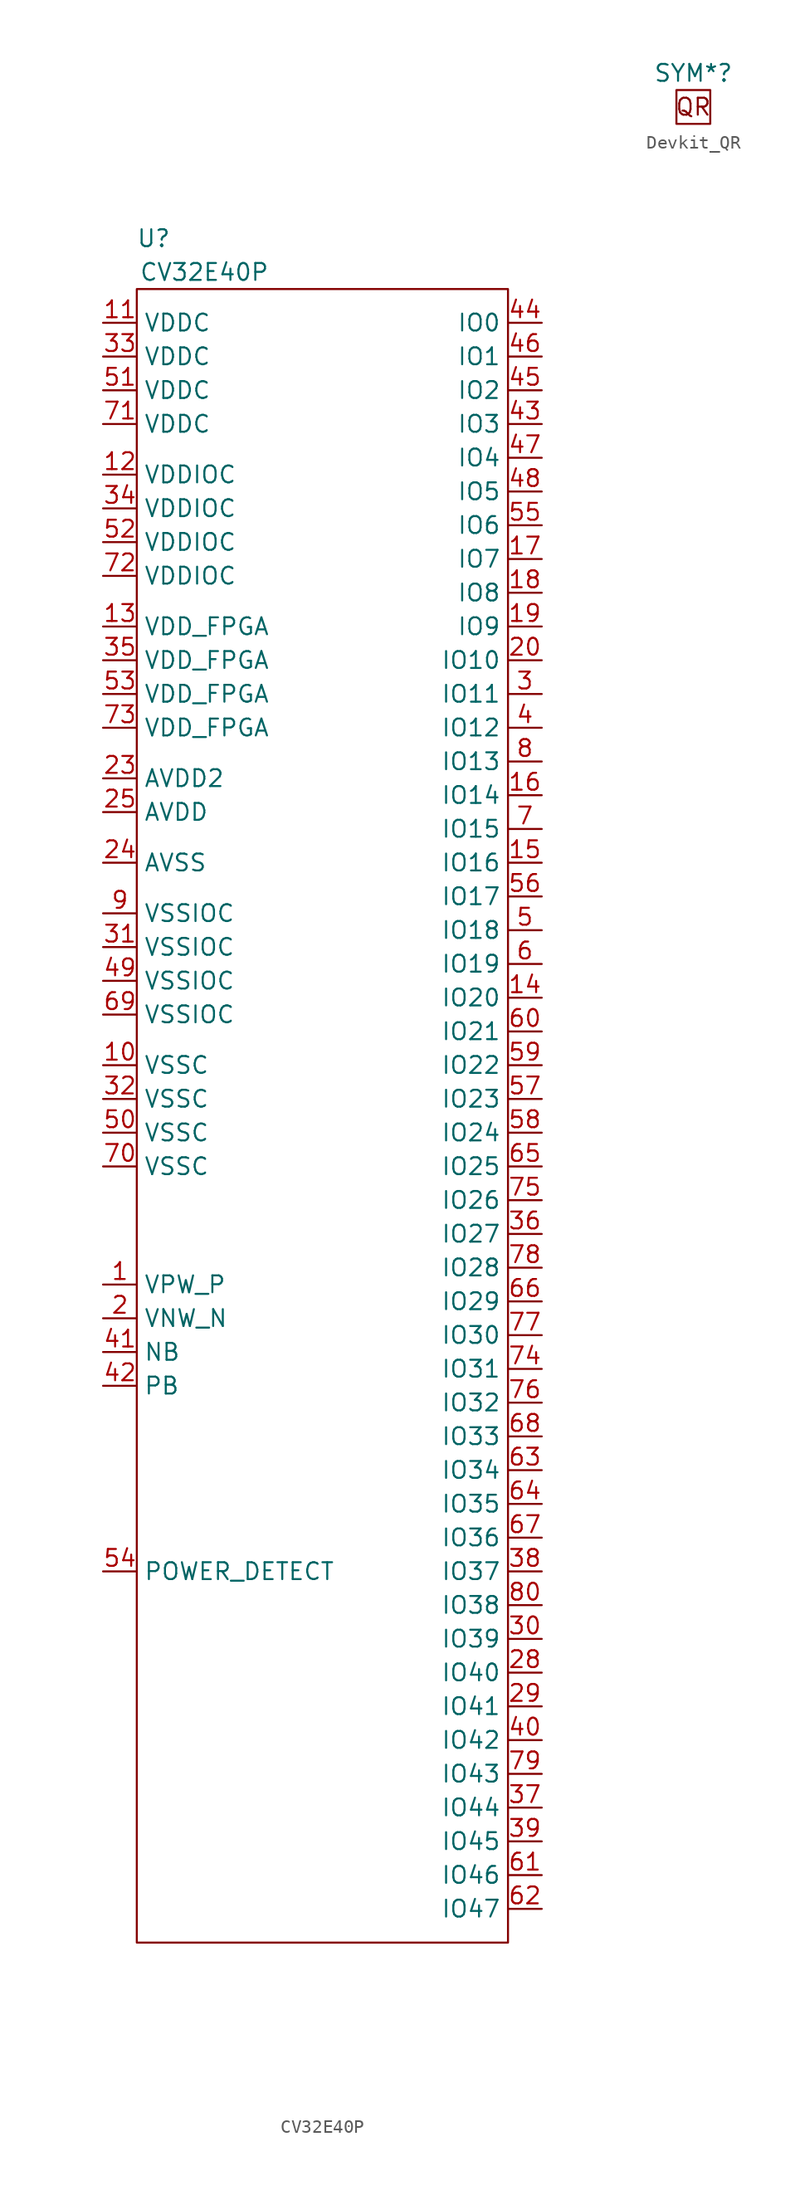
<source format=kicad_sym>
(kicad_symbol_lib
  (version 20220914)
  (generator kicad_symbol_editor)
  (symbol "CV32E40P"
    (property "Reference" "U"
      (at 1.27 6.35 0)
      (effects (font (size 1.27 1.27))))
    (property "Value" "CV32E40P"
      (at 5.08 3.81 0)
      (effects (font (size 1.27 1.27))))
    (symbol "CV32E40P_0_1"
      (rectangle (start 0 2.54) (end 27.94 -121.92) (stroke (width 0) (type default)) (fill (type none))))
    (symbol "CV32E40P_1_1"
      (pin input line (at -2.54 -72.39 0) (length 2.54) (name "VPW_P" (effects (font (size 1.27 1.27)))) (number "1" (effects (font (size 1.27 1.27)))))
      (pin power_in line (at -2.54 -55.88 0) (length 2.54) (name "VSSC" (effects (font (size 1.27 1.27)))) (number "10" (effects (font (size 1.27 1.27)))))
      (pin power_in line (at -2.54 0 0) (length 2.54) (name "VDDC" (effects (font (size 1.27 1.27)))) (number "11" (effects (font (size 1.27 1.27)))))
      (pin power_in line (at -2.54 -11.43 0) (length 2.54) (name "VDDIOC" (effects (font (size 1.27 1.27)))) (number "12" (effects (font (size 1.27 1.27)))))
      (pin power_in line (at -2.54 -22.86 0) (length 2.54) (name "VDD_FPGA" (effects (font (size 1.27 1.27)))) (number "13" (effects (font (size 1.27 1.27)))))
      (pin bidirectional line (at 30.48 -50.8 180) (length 2.54) (name "IO20" (effects (font (size 1.27 1.27)))) (number "14" (effects (font (size 1.27 1.27)))))
      (pin bidirectional line (at 30.48 -40.64 180) (length 2.54) (name "IO16" (effects (font (size 1.27 1.27)))) (number "15" (effects (font (size 1.27 1.27)))))
      (pin bidirectional line (at 30.48 -35.56 180) (length 2.54) (name "IO14" (effects (font (size 1.27 1.27)))) (number "16" (effects (font (size 1.27 1.27)))))
      (pin bidirectional line (at 30.48 -17.78 180) (length 2.54) (name "IO7" (effects (font (size 1.27 1.27)))) (number "17" (effects (font (size 1.27 1.27)))))
      (pin bidirectional line (at 30.48 -20.32 180) (length 2.54) (name "IO8" (effects (font (size 1.27 1.27)))) (number "18" (effects (font (size 1.27 1.27)))))
      (pin bidirectional line (at 30.48 -22.86 180) (length 2.54) (name "IO9" (effects (font (size 1.27 1.27)))) (number "19" (effects (font (size 1.27 1.27)))))
      (pin input line (at -2.54 -74.93 0) (length 2.54) (name "VNW_N" (effects (font (size 1.27 1.27)))) (number "2" (effects (font (size 1.27 1.27)))))
      (pin bidirectional line (at 30.48 -25.4 180) (length 2.54) (name "IO10" (effects (font (size 1.27 1.27)))) (number "20" (effects (font (size 1.27 1.27)))))
      (pin power_in line (at -2.54 -34.29 0) (length 2.54) (name "AVDD2" (effects (font (size 1.27 1.27)))) (number "23" (effects (font (size 1.27 1.27)))))
      (pin power_in line (at -2.54 -40.64 0) (length 2.54) (name "AVSS" (effects (font (size 1.27 1.27)))) (number "24" (effects (font (size 1.27 1.27)))))
      (pin power_in line (at -2.54 -36.83 0) (length 2.54) (name "AVDD" (effects (font (size 1.27 1.27)))) (number "25" (effects (font (size 1.27 1.27)))))
      (pin bidirectional line (at 30.48 -101.6 180) (length 2.54) (name "IO40" (effects (font (size 1.27 1.27)))) (number "28" (effects (font (size 1.27 1.27)))))
      (pin bidirectional line (at 30.48 -104.14 180) (length 2.54) (name "IO41" (effects (font (size 1.27 1.27)))) (number "29" (effects (font (size 1.27 1.27)))))
      (pin bidirectional line (at 30.48 -27.94 180) (length 2.54) (name "IO11" (effects (font (size 1.27 1.27)))) (number "3" (effects (font (size 1.27 1.27)))))
      (pin bidirectional line (at 30.48 -99.06 180) (length 2.54) (name "IO39" (effects (font (size 1.27 1.27)))) (number "30" (effects (font (size 1.27 1.27)))))
      (pin power_in line (at -2.54 -46.99 0) (length 2.54) (name "VSSIOC" (effects (font (size 1.27 1.27)))) (number "31" (effects (font (size 1.27 1.27)))))
      (pin power_in line (at -2.54 -58.42 0) (length 2.54) (name "VSSC" (effects (font (size 1.27 1.27)))) (number "32" (effects (font (size 1.27 1.27)))))
      (pin power_in line (at -2.54 -2.54 0) (length 2.54) (name "VDDC" (effects (font (size 1.27 1.27)))) (number "33" (effects (font (size 1.27 1.27)))))
      (pin power_in line (at -2.54 -13.97 0) (length 2.54) (name "VDDIOC" (effects (font (size 1.27 1.27)))) (number "34" (effects (font (size 1.27 1.27)))))
      (pin power_in line (at -2.54 -25.4 0) (length 2.54) (name "VDD_FPGA" (effects (font (size 1.27 1.27)))) (number "35" (effects (font (size 1.27 1.27)))))
      (pin bidirectional line (at 30.48 -68.58 180) (length 2.54) (name "IO27" (effects (font (size 1.27 1.27)))) (number "36" (effects (font (size 1.27 1.27)))))
      (pin bidirectional line (at 30.48 -111.76 180) (length 2.54) (name "IO44" (effects (font (size 1.27 1.27)))) (number "37" (effects (font (size 1.27 1.27)))))
      (pin bidirectional line (at 30.48 -93.98 180) (length 2.54) (name "IO37" (effects (font (size 1.27 1.27)))) (number "38" (effects (font (size 1.27 1.27)))))
      (pin bidirectional line (at 30.48 -114.3 180) (length 2.54) (name "IO45" (effects (font (size 1.27 1.27)))) (number "39" (effects (font (size 1.27 1.27)))))
      (pin bidirectional line (at 30.48 -30.48 180) (length 2.54) (name "IO12" (effects (font (size 1.27 1.27)))) (number "4" (effects (font (size 1.27 1.27)))))
      (pin bidirectional line (at 30.48 -106.68 180) (length 2.54) (name "IO42" (effects (font (size 1.27 1.27)))) (number "40" (effects (font (size 1.27 1.27)))))
      (pin input line (at -2.54 -77.47 0) (length 2.54) (name "NB" (effects (font (size 1.27 1.27)))) (number "41" (effects (font (size 1.27 1.27)))))
      (pin input line (at -2.54 -80.01 0) (length 2.54) (name "PB" (effects (font (size 1.27 1.27)))) (number "42" (effects (font (size 1.27 1.27)))))
      (pin bidirectional line (at 30.48 -7.62 180) (length 2.54) (name "IO3" (effects (font (size 1.27 1.27)))) (number "43" (effects (font (size 1.27 1.27)))))
      (pin bidirectional line (at 30.48 0 180) (length 2.54) (name "IO0" (effects (font (size 1.27 1.27)))) (number "44" (effects (font (size 1.27 1.27)))))
      (pin bidirectional line (at 30.48 -5.08 180) (length 2.54) (name "IO2" (effects (font (size 1.27 1.27)))) (number "45" (effects (font (size 1.27 1.27)))))
      (pin bidirectional line (at 30.48 -2.54 180) (length 2.54) (name "IO1" (effects (font (size 1.27 1.27)))) (number "46" (effects (font (size 1.27 1.27)))))
      (pin bidirectional line (at 30.48 -10.16 180) (length 2.54) (name "IO4" (effects (font (size 1.27 1.27)))) (number "47" (effects (font (size 1.27 1.27)))))
      (pin bidirectional line (at 30.48 -12.7 180) (length 2.54) (name "IO5" (effects (font (size 1.27 1.27)))) (number "48" (effects (font (size 1.27 1.27)))))
      (pin power_in line (at -2.54 -49.53 0) (length 2.54) (name "VSSIOC" (effects (font (size 1.27 1.27)))) (number "49" (effects (font (size 1.27 1.27)))))
      (pin bidirectional line (at 30.48 -45.72 180) (length 2.54) (name "IO18" (effects (font (size 1.27 1.27)))) (number "5" (effects (font (size 1.27 1.27)))))
      (pin power_in line (at -2.54 -60.96 0) (length 2.54) (name "VSSC" (effects (font (size 1.27 1.27)))) (number "50" (effects (font (size 1.27 1.27)))))
      (pin power_in line (at -2.54 -5.08 0) (length 2.54) (name "VDDC" (effects (font (size 1.27 1.27)))) (number "51" (effects (font (size 1.27 1.27)))))
      (pin power_in line (at -2.54 -16.51 0) (length 2.54) (name "VDDIOC" (effects (font (size 1.27 1.27)))) (number "52" (effects (font (size 1.27 1.27)))))
      (pin power_in line (at -2.54 -27.94 0) (length 2.54) (name "VDD_FPGA" (effects (font (size 1.27 1.27)))) (number "53" (effects (font (size 1.27 1.27)))))
      (pin output line (at -2.54 -93.98 0) (length 2.54) (name "POWER_DETECT" (effects (font (size 1.27 1.27)))) (number "54" (effects (font (size 1.27 1.27)))))
      (pin bidirectional line (at 30.48 -15.24 180) (length 2.54) (name "IO6" (effects (font (size 1.27 1.27)))) (number "55" (effects (font (size 1.27 1.27)))))
      (pin bidirectional line (at 30.48 -43.18 180) (length 2.54) (name "IO17" (effects (font (size 1.27 1.27)))) (number "56" (effects (font (size 1.27 1.27)))))
      (pin bidirectional line (at 30.48 -58.42 180) (length 2.54) (name "IO23" (effects (font (size 1.27 1.27)))) (number "57" (effects (font (size 1.27 1.27)))))
      (pin bidirectional line (at 30.48 -60.96 180) (length 2.54) (name "IO24" (effects (font (size 1.27 1.27)))) (number "58" (effects (font (size 1.27 1.27)))))
      (pin bidirectional line (at 30.48 -55.88 180) (length 2.54) (name "IO22" (effects (font (size 1.27 1.27)))) (number "59" (effects (font (size 1.27 1.27)))))
      (pin bidirectional line (at 30.48 -48.26 180) (length 2.54) (name "IO19" (effects (font (size 1.27 1.27)))) (number "6" (effects (font (size 1.27 1.27)))))
      (pin bidirectional line (at 30.48 -53.34 180) (length 2.54) (name "IO21" (effects (font (size 1.27 1.27)))) (number "60" (effects (font (size 1.27 1.27)))))
      (pin bidirectional line (at 30.48 -116.84 180) (length 2.54) (name "IO46" (effects (font (size 1.27 1.27)))) (number "61" (effects (font (size 1.27 1.27)))))
      (pin bidirectional line (at 30.48 -119.38 180) (length 2.54) (name "IO47" (effects (font (size 1.27 1.27)))) (number "62" (effects (font (size 1.27 1.27)))))
      (pin bidirectional line (at 30.48 -86.36 180) (length 2.54) (name "IO34" (effects (font (size 1.27 1.27)))) (number "63" (effects (font (size 1.27 1.27)))))
      (pin bidirectional line (at 30.48 -88.9 180) (length 2.54) (name "IO35" (effects (font (size 1.27 1.27)))) (number "64" (effects (font (size 1.27 1.27)))))
      (pin bidirectional line (at 30.48 -63.5 180) (length 2.54) (name "IO25" (effects (font (size 1.27 1.27)))) (number "65" (effects (font (size 1.27 1.27)))))
      (pin bidirectional line (at 30.48 -73.66 180) (length 2.54) (name "IO29" (effects (font (size 1.27 1.27)))) (number "66" (effects (font (size 1.27 1.27)))))
      (pin bidirectional line (at 30.48 -91.44 180) (length 2.54) (name "IO36" (effects (font (size 1.27 1.27)))) (number "67" (effects (font (size 1.27 1.27)))))
      (pin bidirectional line (at 30.48 -83.82 180) (length 2.54) (name "IO33" (effects (font (size 1.27 1.27)))) (number "68" (effects (font (size 1.27 1.27)))))
      (pin power_in line (at -2.54 -52.07 0) (length 2.54) (name "VSSIOC" (effects (font (size 1.27 1.27)))) (number "69" (effects (font (size 1.27 1.27)))))
      (pin bidirectional line (at 30.48 -38.1 180) (length 2.54) (name "IO15" (effects (font (size 1.27 1.27)))) (number "7" (effects (font (size 1.27 1.27)))))
      (pin power_in line (at -2.54 -63.5 0) (length 2.54) (name "VSSC" (effects (font (size 1.27 1.27)))) (number "70" (effects (font (size 1.27 1.27)))))
      (pin power_in line (at -2.54 -7.62 0) (length 2.54) (name "VDDC" (effects (font (size 1.27 1.27)))) (number "71" (effects (font (size 1.27 1.27)))))
      (pin power_in line (at -2.54 -19.05 0) (length 2.54) (name "VDDIOC" (effects (font (size 1.27 1.27)))) (number "72" (effects (font (size 1.27 1.27)))))
      (pin power_in line (at -2.54 -30.48 0) (length 2.54) (name "VDD_FPGA" (effects (font (size 1.27 1.27)))) (number "73" (effects (font (size 1.27 1.27)))))
      (pin bidirectional line (at 30.48 -78.74 180) (length 2.54) (name "IO31" (effects (font (size 1.27 1.27)))) (number "74" (effects (font (size 1.27 1.27)))))
      (pin bidirectional line (at 30.48 -66.04 180) (length 2.54) (name "IO26" (effects (font (size 1.27 1.27)))) (number "75" (effects (font (size 1.27 1.27)))))
      (pin bidirectional line (at 30.48 -81.28 180) (length 2.54) (name "IO32" (effects (font (size 1.27 1.27)))) (number "76" (effects (font (size 1.27 1.27)))))
      (pin bidirectional line (at 30.48 -76.2 180) (length 2.54) (name "IO30" (effects (font (size 1.27 1.27)))) (number "77" (effects (font (size 1.27 1.27)))))
      (pin bidirectional line (at 30.48 -71.12 180) (length 2.54) (name "IO28" (effects (font (size 1.27 1.27)))) (number "78" (effects (font (size 1.27 1.27)))))
      (pin bidirectional line (at 30.48 -109.22 180) (length 2.54) (name "IO43" (effects (font (size 1.27 1.27)))) (number "79" (effects (font (size 1.27 1.27)))))
      (pin bidirectional line (at 30.48 -33.02 180) (length 2.54) (name "IO13" (effects (font (size 1.27 1.27)))) (number "8" (effects (font (size 1.27 1.27)))))
      (pin bidirectional line (at 30.48 -96.52 180) (length 2.54) (name "IO38" (effects (font (size 1.27 1.27)))) (number "80" (effects (font (size 1.27 1.27)))))
      (pin power_in line (at -2.54 -44.45 0) (length 2.54) (name "VSSIOC" (effects (font (size 1.27 1.27)))) (number "9" (effects (font (size 1.27 1.27)))))))
  (symbol "Devkit_QR"
    (property "Reference" "SYM*"
      (at 0 2.54 0)
      (effects (font (size 1.27 1.27))))
    (property "Value" ""
      (at 0 0 0)
      (effects (font (size 1.27 1.27))))
    (symbol "Devkit_QR_0_1"
      (rectangle (start -1.27 1.27) (end 1.27 -1.27) (stroke (width 0) (type default)) (fill (type none)))
      (text "QR" (at 0 0 0) (effects (font (size 1.27 1.27)))))))
</source>
